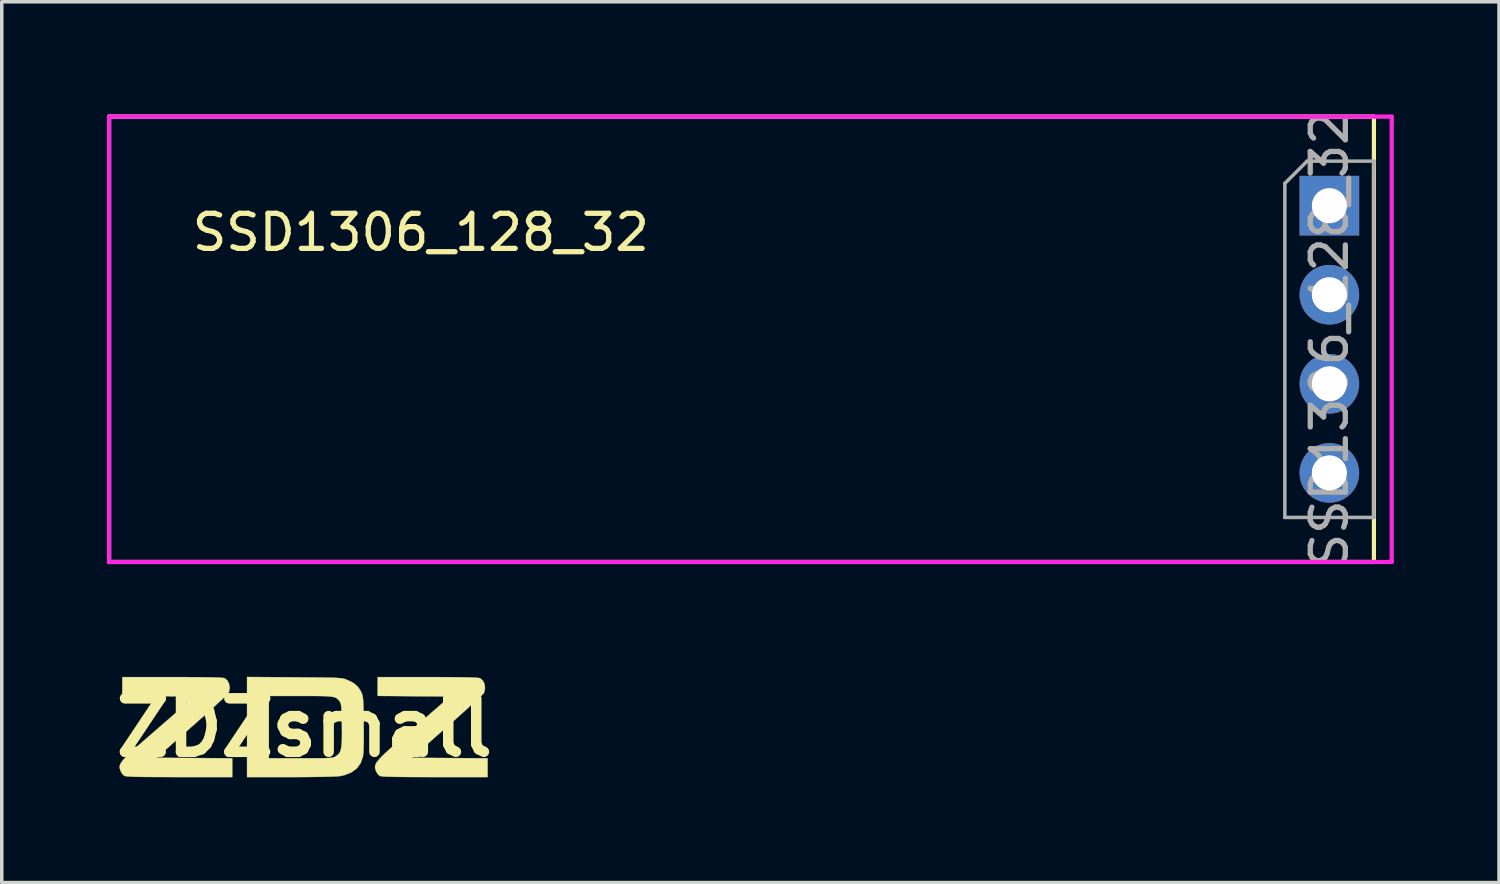
<source format=kicad_pcb>
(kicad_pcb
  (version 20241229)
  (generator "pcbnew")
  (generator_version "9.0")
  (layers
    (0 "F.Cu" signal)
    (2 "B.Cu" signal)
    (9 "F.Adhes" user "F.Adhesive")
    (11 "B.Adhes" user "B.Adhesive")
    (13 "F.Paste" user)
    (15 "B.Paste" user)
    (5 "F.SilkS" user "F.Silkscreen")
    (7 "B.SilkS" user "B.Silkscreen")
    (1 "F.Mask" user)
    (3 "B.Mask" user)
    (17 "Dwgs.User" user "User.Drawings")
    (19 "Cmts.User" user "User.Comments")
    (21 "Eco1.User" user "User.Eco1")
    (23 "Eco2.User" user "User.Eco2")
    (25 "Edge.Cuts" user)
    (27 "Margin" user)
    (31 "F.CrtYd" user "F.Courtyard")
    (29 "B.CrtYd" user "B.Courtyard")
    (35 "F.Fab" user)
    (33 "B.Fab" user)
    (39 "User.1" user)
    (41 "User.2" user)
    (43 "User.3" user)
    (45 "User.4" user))
  (footprint "SSD1306_128_32"
    (layer "F.Cu")
    (at 18.094 6.625)
    (property "Reference" "SSD1306_128_32" (at -9.144 -3.048 0) (layer "F.SilkS") (effects (font (size 1 1) (thickness 0.15))))
    (attr through_hole)
    (fp_line (start -18.034 -6.35) (end -18.034 6.35) (stroke (width 0.12) (type solid)) (layer "F.SilkS"))
    (fp_line (start -18.034 -6.35) (end 18.034 -6.35) (stroke (width 0.12) (type solid)) (layer "F.SilkS"))
    (fp_line (start 18.034 -6.35) (end 18.034 6.35) (stroke (width 0.12) (type solid)) (layer "F.SilkS"))
    (fp_line (start 18.034 6.35) (end -18.034 6.35) (stroke (width 0.12) (type solid)) (layer "F.SilkS"))
    (fp_line (start -18.034 -6.35) (end -18.034 6.35) (stroke (width 0.12) (type solid)) (layer "F.CrtYd"))
    (fp_line (start -18.034 6.35) (end 18.542 6.35) (stroke (width 0.12) (type solid)) (layer "F.CrtYd"))
    (fp_line (start 18.542 -6.35) (end -18.034 -6.35) (stroke (width 0.12) (type solid)) (layer "F.CrtYd"))
    (fp_line (start 18.542 6.35) (end 18.542 -6.35) (stroke (width 0.12) (type solid)) (layer "F.CrtYd"))
    (fp_line (start 15.494 -4.445) (end 16.129 -5.08) (stroke (width 0.1) (type solid)) (layer "F.Fab"))
    (fp_line (start 15.494 5.08) (end 15.494 -4.445) (stroke (width 0.1) (type solid)) (layer "F.Fab"))
    (fp_line (start 16.129 -5.08) (end 18.034 -5.08) (stroke (width 0.1) (type solid)) (layer "F.Fab"))
    (fp_line (start 18.034 -5.08) (end 18.034 5.08) (stroke (width 0.1) (type solid)) (layer "F.Fab"))
    (fp_line (start 18.034 5.08) (end 15.494 5.08) (stroke (width 0.1) (type solid)) (layer "F.Fab"))
    (fp_text user "${REFERENCE}" (at 16.764 0 90) (layer "F.Fab") (effects (font (size 1 1) (thickness 0.15))))
    (pad "1" thru_hole rect (at 16.764 -3.81) (size 1.7 1.7) (drill 1) (layers "*.Cu" "*.Mask"))
    (pad "2" thru_hole oval (at 16.764 -1.27) (size 1.7 1.7) (drill 1) (layers "*.Cu" "*.Mask"))
    (pad "3" thru_hole oval (at 16.764 1.27) (size 1.7 1.7) (drill 1) (layers "*.Cu" "*.Mask"))
    (pad "4" thru_hole oval (at 16.764 3.81) (size 1.7 1.7) (drill 1) (layers "*.Cu" "*.Mask")))
  (footprint "ZDZsmall"
    (layer "F.Cu")
    (at 5.632 17.698)
    (property "Reference" "ZDZsmall" (at 0 0 0) (layer "F.SilkS") (effects (font (size 1.524 1.524) (thickness 0.3))))
    (attr through_hole)
    (fp_poly (pts (xy 3.88 -1.439) (xy 4.194 -1.437) (xy 4.454 -1.434) (xy 4.662 -1.431) (xy 4.82 -1.426) (xy 4.929 -1.419) (xy 4.992 -1.412) (xy 5.005 -1.408) (xy 5.083 -1.344) (xy 5.132 -1.246) (xy 5.149 -1.132) (xy 5.129 -1.018) (xy 5.112 -0.982) (xy 5.084 -0.951) (xy 5.018 -0.886) (xy 4.919 -0.793) (xy 4.789 -0.674) (xy 4.634 -0.533) (xy 4.459 -0.375) (xy 4.267 -0.204) (xy 4.068 -0.028) (xy 3.059 0.861) (xy 5.221 0.876) (xy 5.221 1.411) (xy 3.718 1.411) (xy 3.367 1.41) (xy 3.069 1.409) (xy 2.82 1.407) (xy 2.616 1.405) (xy 2.454 1.401) (xy 2.33 1.397) (xy 2.24 1.391) (xy 2.18 1.384) (xy 2.147 1.376) (xy 2.145 1.375) (xy 2.084 1.319) (xy 2.036 1.229) (xy 2.034 1.225) (xy 2.02 1.178) (xy 2.012 1.134) (xy 2.015 1.089) (xy 2.031 1.041) (xy 2.063 0.986) (xy 2.115 0.919) (xy 2.19 0.839) (xy 2.291 0.74) (xy 2.421 0.62) (xy 2.583 0.476) (xy 2.78 0.303) (xy 3.016 0.099) (xy 3.13 0) (xy 4.157 -0.889) (xy 3.122 -0.896) (xy 2.088 -0.904) (xy 2.088 -1.439) (xy 3.512 -1.439) (xy 3.88 -1.439)) (stroke (width 0.01) (type solid)) (fill yes) (layer "F.SilkS"))
    (fp_poly (pts (xy -3.401 -1.439) (xy -3.088 -1.437) (xy -2.828 -1.434) (xy -2.619 -1.431) (xy -2.461 -1.426) (xy -2.352 -1.419) (xy -2.289 -1.412) (xy -2.276 -1.408) (xy -2.199 -1.344) (xy -2.149 -1.246) (xy -2.133 -1.132) (xy -2.153 -1.018) (xy -2.169 -0.982) (xy -2.197 -0.951) (xy -2.263 -0.886) (xy -2.363 -0.793) (xy -2.492 -0.674) (xy -2.647 -0.533) (xy -2.822 -0.375) (xy -3.014 -0.204) (xy -3.213 -0.028) (xy -4.222 0.861) (xy -3.141 0.868) (xy -2.06 0.876) (xy -2.06 1.411) (xy -3.563 1.411) (xy -3.914 1.41) (xy -4.212 1.409) (xy -4.461 1.407) (xy -4.665 1.405) (xy -4.827 1.401) (xy -4.951 1.397) (xy -5.042 1.391) (xy -5.101 1.384) (xy -5.134 1.376) (xy -5.136 1.375) (xy -5.197 1.319) (xy -5.245 1.229) (xy -5.247 1.225) (xy -5.262 1.178) (xy -5.269 1.134) (xy -5.267 1.089) (xy -5.251 1.041) (xy -5.218 0.986) (xy -5.166 0.919) (xy -5.091 0.839) (xy -4.99 0.74) (xy -4.86 0.62) (xy -4.698 0.476) (xy -4.501 0.303) (xy -4.266 0.099) (xy -4.152 0) (xy -3.125 -0.889) (xy -4.159 -0.896) (xy -5.193 -0.904) (xy -5.193 -1.439) (xy -3.769 -1.439) (xy -3.401 -1.439)) (stroke (width 0.01) (type solid)) (fill yes) (layer "F.SilkS"))
    (fp_poly (pts (xy -0.289 -1.434) (xy 0.021 -1.431) (xy 0.281 -1.429) (xy 0.495 -1.427) (xy 0.668 -1.424) (xy 0.806 -1.421) (xy 0.914 -1.417) (xy 0.997 -1.411) (xy 1.061 -1.404) (xy 1.111 -1.395) (xy 1.152 -1.385) (xy 1.189 -1.372) (xy 1.221 -1.359) (xy 1.381 -1.282) (xy 1.497 -1.191) (xy 1.585 -1.076) (xy 1.614 -1.022) (xy 1.633 -0.981) (xy 1.648 -0.939) (xy 1.66 -0.891) (xy 1.669 -0.827) (xy 1.675 -0.742) (xy 1.68 -0.628) (xy 1.683 -0.477) (xy 1.686 -0.283) (xy 1.688 -0.106) (xy 1.69 0.178) (xy 1.689 0.417) (xy 1.684 0.607) (xy 1.676 0.747) (xy 1.666 0.831) (xy 1.602 1.013) (xy 1.493 1.161) (xy 1.34 1.275) (xy 1.145 1.353) (xy 1.012 1.382) (xy 0.942 1.388) (xy 0.821 1.394) (xy 0.656 1.4) (xy 0.453 1.404) (xy 0.216 1.407) (xy -0.047 1.41) (xy -0.33 1.411) (xy -0.402 1.411) (xy -1.637 1.411) (xy -1.637 0.875) (xy -1.016 0.875) (xy -0.103 0.875) (xy 0.148 0.875) (xy 0.349 0.874) (xy 0.506 0.873) (xy 0.626 0.87) (xy 0.715 0.866) (xy 0.778 0.86) (xy 0.824 0.851) (xy 0.857 0.839) (xy 0.885 0.824) (xy 0.906 0.81) (xy 0.958 0.77) (xy 0.998 0.724) (xy 1.028 0.663) (xy 1.048 0.581) (xy 1.061 0.471) (xy 1.068 0.325) (xy 1.069 0.137) (xy 1.067 -0.075) (xy 1.064 -0.275) (xy 1.06 -0.427) (xy 1.055 -0.538) (xy 1.048 -0.618) (xy 1.038 -0.673) (xy 1.025 -0.712) (xy 1.007 -0.743) (xy 0.999 -0.753) (xy 0.968 -0.792) (xy 0.937 -0.824) (xy 0.899 -0.849) (xy 0.847 -0.868) (xy 0.777 -0.882) (xy 0.682 -0.892) (xy 0.555 -0.898) (xy 0.391 -0.901) (xy 0.183 -0.902) (xy -0.075 -0.903) (xy -0.106 -0.903) (xy -1.016 -0.903) (xy -1.016 0.875) (xy -1.637 0.875) (xy -1.637 -1.443) (xy -0.289 -1.434)) (stroke (width 0.01) (type solid)) (fill yes) (layer "F.SilkS")))
  (gr_rect
    (start -3 -3)
    (end 39.696 22.116)
    (stroke (width 0.1) (type default))
    (fill no)
    (layer "Edge.Cuts")))
</source>
